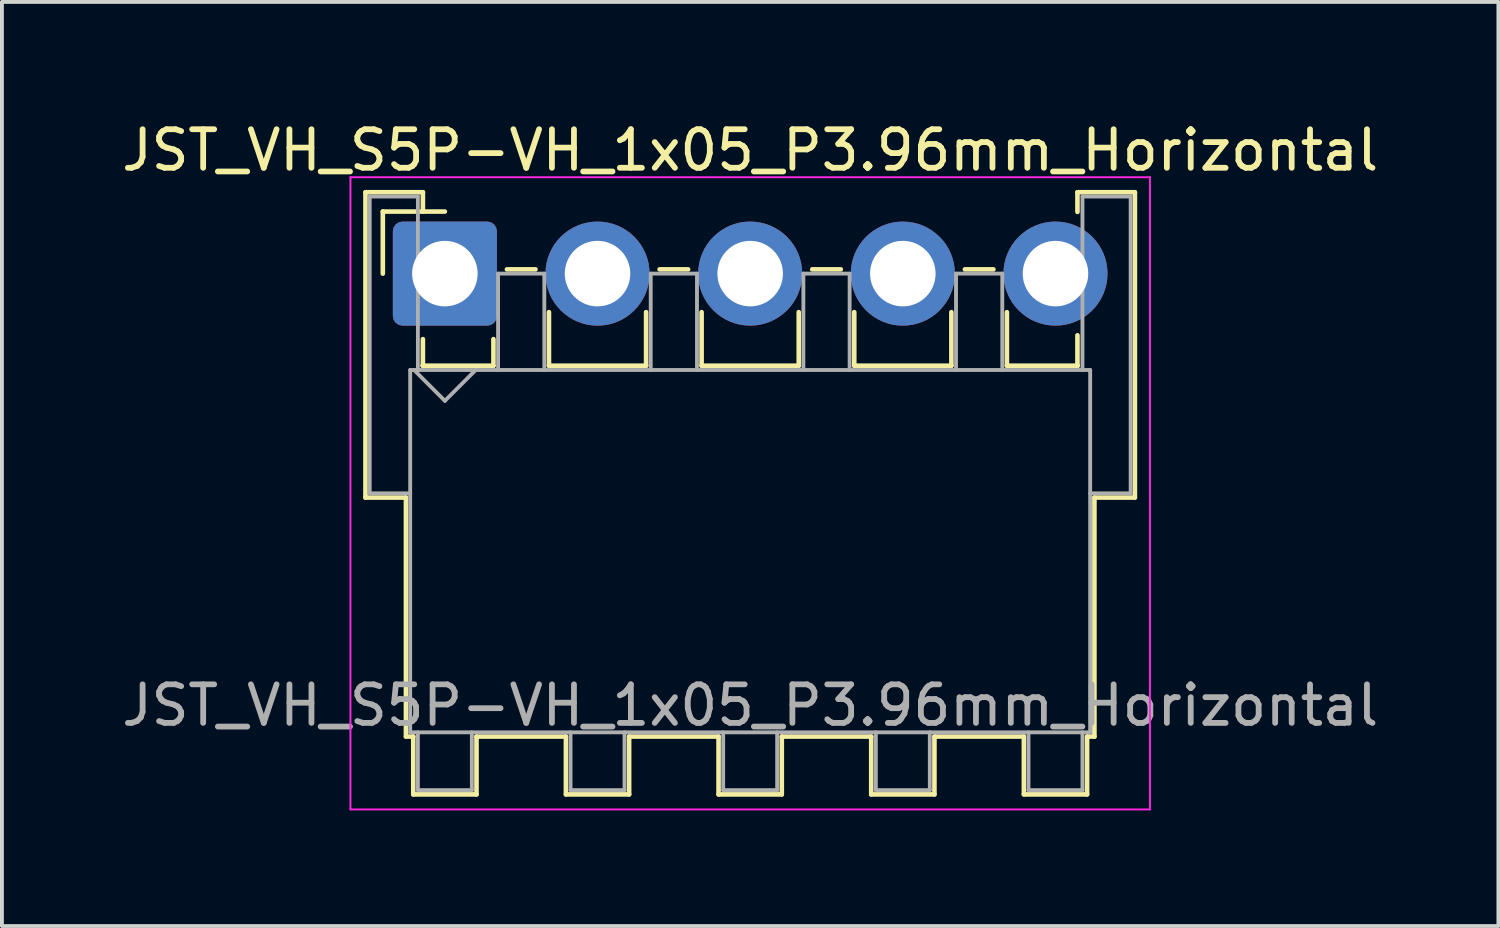
<source format=kicad_pcb>
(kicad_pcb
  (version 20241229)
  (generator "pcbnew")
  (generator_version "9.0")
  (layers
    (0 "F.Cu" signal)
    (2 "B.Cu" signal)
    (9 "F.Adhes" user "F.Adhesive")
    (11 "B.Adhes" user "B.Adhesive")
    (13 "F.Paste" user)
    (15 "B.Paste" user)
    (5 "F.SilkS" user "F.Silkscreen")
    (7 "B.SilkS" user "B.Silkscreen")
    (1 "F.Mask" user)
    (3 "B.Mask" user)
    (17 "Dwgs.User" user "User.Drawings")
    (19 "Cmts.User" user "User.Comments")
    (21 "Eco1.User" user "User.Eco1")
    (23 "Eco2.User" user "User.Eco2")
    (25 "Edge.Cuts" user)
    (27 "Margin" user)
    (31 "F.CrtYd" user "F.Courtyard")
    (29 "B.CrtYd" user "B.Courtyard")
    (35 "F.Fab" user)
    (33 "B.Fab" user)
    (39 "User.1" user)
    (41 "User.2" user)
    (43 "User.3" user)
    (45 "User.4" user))
  (footprint "JST_VH_S5P-VH_1x05_P3.96mm_Horizontal"
    (layer "F.Cu")
    (at 8.491 4.048)
    (property "Reference" "JST_VH_S5P-VH_1x05_P3.96mm_Horizontal" (at 7.92 -3.2 0) (layer "F.SilkS") (effects (font (size 1 1) (thickness 0.15))))
    (attr through_hole)
    (fp_line (start -2.06 -2.11) (end -0.57 -2.11) (stroke (width 0.12) (type solid)) (layer "F.SilkS"))
    (fp_line (start -2.06 5.81) (end -2.06 -2.11) (stroke (width 0.12) (type solid)) (layer "F.SilkS"))
    (fp_line (start -1.61 -1.61) (end -1.61 0) (stroke (width 0.12) (type solid)) (layer "F.SilkS"))
    (fp_line (start -1.01 5.81) (end -2.06 5.81) (stroke (width 0.12) (type solid)) (layer "F.SilkS"))
    (fp_line (start -1.01 5.81) (end -1.01 12.01) (stroke (width 0.12) (type solid)) (layer "F.SilkS"))
    (fp_line (start -1.01 12.01) (end -0.82 12.01) (stroke (width 0.12) (type solid)) (layer "F.SilkS"))
    (fp_line (start -0.82 12.01) (end -0.82 13.51) (stroke (width 0.12) (type solid)) (layer "F.SilkS"))
    (fp_line (start -0.82 13.51) (end 0.82 13.51) (stroke (width 0.12) (type solid)) (layer "F.SilkS"))
    (fp_line (start -0.58 2.39) (end 1.26 2.39) (stroke (width 0.12) (type solid)) (layer "F.SilkS"))
    (fp_line (start -0.57 -2.11) (end -0.57 -1.61) (stroke (width 0.12) (type solid)) (layer "F.SilkS"))
    (fp_line (start -0.57 1.7) (end -0.57 2.39) (stroke (width 0.12) (type solid)) (layer "F.SilkS"))
    (fp_line (start 0 -1.61) (end -1.61 -1.61) (stroke (width 0.12) (type solid)) (layer "F.SilkS"))
    (fp_line (start 0.82 12.01) (end 3.14 12.01) (stroke (width 0.12) (type solid)) (layer "F.SilkS"))
    (fp_line (start 0.82 13.51) (end 0.82 12.01) (stroke (width 0.12) (type solid)) (layer "F.SilkS"))
    (fp_line (start 1.26 2.39) (end 1.26 1.7) (stroke (width 0.12) (type solid)) (layer "F.SilkS"))
    (fp_line (start 1.61 -0.11) (end 2.35 -0.11) (stroke (width 0.12) (type solid)) (layer "F.SilkS"))
    (fp_line (start 2.7 1) (end 2.7 2.39) (stroke (width 0.12) (type solid)) (layer "F.SilkS"))
    (fp_line (start 2.7 2.39) (end 5.22 2.39) (stroke (width 0.12) (type solid)) (layer "F.SilkS"))
    (fp_line (start 3.14 12.01) (end 3.14 13.51) (stroke (width 0.12) (type solid)) (layer "F.SilkS"))
    (fp_line (start 3.14 13.51) (end 4.78 13.51) (stroke (width 0.12) (type solid)) (layer "F.SilkS"))
    (fp_line (start 4.78 12.01) (end 7.1 12.01) (stroke (width 0.12) (type solid)) (layer "F.SilkS"))
    (fp_line (start 4.78 13.51) (end 4.78 12.01) (stroke (width 0.12) (type solid)) (layer "F.SilkS"))
    (fp_line (start 5.22 2.39) (end 5.22 1) (stroke (width 0.12) (type solid)) (layer "F.SilkS"))
    (fp_line (start 5.57 -0.11) (end 6.31 -0.11) (stroke (width 0.12) (type solid)) (layer "F.SilkS"))
    (fp_line (start 6.66 1) (end 6.66 2.39) (stroke (width 0.12) (type solid)) (layer "F.SilkS"))
    (fp_line (start 6.66 2.39) (end 9.18 2.39) (stroke (width 0.12) (type solid)) (layer "F.SilkS"))
    (fp_line (start 7.1 12.01) (end 7.1 13.51) (stroke (width 0.12) (type solid)) (layer "F.SilkS"))
    (fp_line (start 7.1 13.51) (end 8.74 13.51) (stroke (width 0.12) (type solid)) (layer "F.SilkS"))
    (fp_line (start 8.74 12.01) (end 11.06 12.01) (stroke (width 0.12) (type solid)) (layer "F.SilkS"))
    (fp_line (start 8.74 13.51) (end 8.74 12.01) (stroke (width 0.12) (type solid)) (layer "F.SilkS"))
    (fp_line (start 9.18 2.39) (end 9.18 1) (stroke (width 0.12) (type solid)) (layer "F.SilkS"))
    (fp_line (start 9.53 -0.11) (end 10.27 -0.11) (stroke (width 0.12) (type solid)) (layer "F.SilkS"))
    (fp_line (start 10.62 1) (end 10.62 2.39) (stroke (width 0.12) (type solid)) (layer "F.SilkS"))
    (fp_line (start 10.62 2.39) (end 13.14 2.39) (stroke (width 0.12) (type solid)) (layer "F.SilkS"))
    (fp_line (start 11.06 12.01) (end 11.06 13.51) (stroke (width 0.12) (type solid)) (layer "F.SilkS"))
    (fp_line (start 11.06 13.51) (end 12.7 13.51) (stroke (width 0.12) (type solid)) (layer "F.SilkS"))
    (fp_line (start 12.7 12.01) (end 15.02 12.01) (stroke (width 0.12) (type solid)) (layer "F.SilkS"))
    (fp_line (start 12.7 13.51) (end 12.7 12.01) (stroke (width 0.12) (type solid)) (layer "F.SilkS"))
    (fp_line (start 13.14 2.39) (end 13.14 1) (stroke (width 0.12) (type solid)) (layer "F.SilkS"))
    (fp_line (start 13.49 -0.11) (end 14.23 -0.11) (stroke (width 0.12) (type solid)) (layer "F.SilkS"))
    (fp_line (start 14.58 1) (end 14.58 2.39) (stroke (width 0.12) (type solid)) (layer "F.SilkS"))
    (fp_line (start 14.58 2.39) (end 16.42 2.39) (stroke (width 0.12) (type solid)) (layer "F.SilkS"))
    (fp_line (start 15.02 12.01) (end 15.02 13.51) (stroke (width 0.12) (type solid)) (layer "F.SilkS"))
    (fp_line (start 15.02 13.51) (end 16.66 13.51) (stroke (width 0.12) (type solid)) (layer "F.SilkS"))
    (fp_line (start 16.41 -2.11) (end 17.9 -2.11) (stroke (width 0.12) (type solid)) (layer "F.SilkS"))
    (fp_line (start 16.41 -1.6) (end 16.41 -2.11) (stroke (width 0.12) (type solid)) (layer "F.SilkS"))
    (fp_line (start 16.41 2.39) (end 16.41 1.6) (stroke (width 0.12) (type solid)) (layer "F.SilkS"))
    (fp_line (start 16.66 12.01) (end 16.85 12.01) (stroke (width 0.12) (type solid)) (layer "F.SilkS"))
    (fp_line (start 16.66 13.51) (end 16.66 12.01) (stroke (width 0.12) (type solid)) (layer "F.SilkS"))
    (fp_line (start 16.85 12.01) (end 16.85 5.81) (stroke (width 0.12) (type solid)) (layer "F.SilkS"))
    (fp_line (start 17.9 -2.11) (end 17.9 5.81) (stroke (width 0.12) (type solid)) (layer "F.SilkS"))
    (fp_line (start 17.9 5.81) (end 16.85 5.81) (stroke (width 0.12) (type solid)) (layer "F.SilkS"))
    (fp_line (start -2.45 -2.5) (end -2.45 13.9) (stroke (width 0.05) (type solid)) (layer "F.CrtYd"))
    (fp_line (start -2.45 13.9) (end 18.29 13.9) (stroke (width 0.05) (type solid)) (layer "F.CrtYd"))
    (fp_line (start 18.29 -2.5) (end -2.45 -2.5) (stroke (width 0.05) (type solid)) (layer "F.CrtYd"))
    (fp_line (start 18.29 13.9) (end 18.29 -2.5) (stroke (width 0.05) (type solid)) (layer "F.CrtYd"))
    (fp_line (start -1.95 -2) (end -0.7 -2) (stroke (width 0.1) (type solid)) (layer "F.Fab"))
    (fp_line (start -1.95 5.7) (end -1.95 -2) (stroke (width 0.1) (type solid)) (layer "F.Fab"))
    (fp_line (start -0.9 2.5) (end -0.9 11.9) (stroke (width 0.1) (type solid)) (layer "F.Fab"))
    (fp_line (start -0.9 5.7) (end -1.95 5.7) (stroke (width 0.1) (type solid)) (layer "F.Fab"))
    (fp_line (start -0.9 11.9) (end 16.74 11.9) (stroke (width 0.1) (type solid)) (layer "F.Fab"))
    (fp_line (start -0.8 2.5) (end 0 3.3) (stroke (width 0.1) (type solid)) (layer "F.Fab"))
    (fp_line (start -0.7 -2) (end -0.7 2.5) (stroke (width 0.1) (type solid)) (layer "F.Fab"))
    (fp_line (start -0.7 11.9) (end -0.7 13.4) (stroke (width 0.1) (type solid)) (layer "F.Fab"))
    (fp_line (start -0.7 13.4) (end 0.7 13.4) (stroke (width 0.1) (type solid)) (layer "F.Fab"))
    (fp_line (start 0 3.3) (end 0.8 2.5) (stroke (width 0.1) (type solid)) (layer "F.Fab"))
    (fp_line (start 0.7 13.4) (end 0.7 11.9) (stroke (width 0.1) (type solid)) (layer "F.Fab"))
    (fp_line (start 1.38 0) (end 2.58 0) (stroke (width 0.1) (type solid)) (layer "F.Fab"))
    (fp_line (start 1.38 2.5) (end 1.38 0) (stroke (width 0.1) (type solid)) (layer "F.Fab"))
    (fp_line (start 2.58 0) (end 2.58 2.5) (stroke (width 0.1) (type solid)) (layer "F.Fab"))
    (fp_line (start 3.26 11.9) (end 3.26 13.4) (stroke (width 0.1) (type solid)) (layer "F.Fab"))
    (fp_line (start 3.26 13.4) (end 4.66 13.4) (stroke (width 0.1) (type solid)) (layer "F.Fab"))
    (fp_line (start 4.66 13.4) (end 4.66 11.9) (stroke (width 0.1) (type solid)) (layer "F.Fab"))
    (fp_line (start 5.34 0) (end 6.54 0) (stroke (width 0.1) (type solid)) (layer "F.Fab"))
    (fp_line (start 5.34 2.5) (end 5.34 0) (stroke (width 0.1) (type solid)) (layer "F.Fab"))
    (fp_line (start 6.54 0) (end 6.54 2.5) (stroke (width 0.1) (type solid)) (layer "F.Fab"))
    (fp_line (start 7.22 11.9) (end 7.22 13.4) (stroke (width 0.1) (type solid)) (layer "F.Fab"))
    (fp_line (start 7.22 13.4) (end 8.62 13.4) (stroke (width 0.1) (type solid)) (layer "F.Fab"))
    (fp_line (start 8.62 13.4) (end 8.62 11.9) (stroke (width 0.1) (type solid)) (layer "F.Fab"))
    (fp_line (start 9.3 0) (end 10.5 0) (stroke (width 0.1) (type solid)) (layer "F.Fab"))
    (fp_line (start 9.3 2.5) (end 9.3 0) (stroke (width 0.1) (type solid)) (layer "F.Fab"))
    (fp_line (start 10.5 0) (end 10.5 2.5) (stroke (width 0.1) (type solid)) (layer "F.Fab"))
    (fp_line (start 11.18 11.9) (end 11.18 13.4) (stroke (width 0.1) (type solid)) (layer "F.Fab"))
    (fp_line (start 11.18 13.4) (end 12.58 13.4) (stroke (width 0.1) (type solid)) (layer "F.Fab"))
    (fp_line (start 12.58 13.4) (end 12.58 11.9) (stroke (width 0.1) (type solid)) (layer "F.Fab"))
    (fp_line (start 13.26 0) (end 14.46 0) (stroke (width 0.1) (type solid)) (layer "F.Fab"))
    (fp_line (start 13.26 2.5) (end 13.26 0) (stroke (width 0.1) (type solid)) (layer "F.Fab"))
    (fp_line (start 14.46 0) (end 14.46 2.5) (stroke (width 0.1) (type solid)) (layer "F.Fab"))
    (fp_line (start 15.14 11.9) (end 15.14 13.4) (stroke (width 0.1) (type solid)) (layer "F.Fab"))
    (fp_line (start 15.14 13.4) (end 16.54 13.4) (stroke (width 0.1) (type solid)) (layer "F.Fab"))
    (fp_line (start 16.54 -2) (end 17.79 -2) (stroke (width 0.1) (type solid)) (layer "F.Fab"))
    (fp_line (start 16.54 2.5) (end 16.54 -2) (stroke (width 0.1) (type solid)) (layer "F.Fab"))
    (fp_line (start 16.54 13.4) (end 16.54 11.9) (stroke (width 0.1) (type solid)) (layer "F.Fab"))
    (fp_line (start 16.74 2.5) (end -0.9 2.5) (stroke (width 0.1) (type solid)) (layer "F.Fab"))
    (fp_line (start 16.74 11.9) (end 16.74 2.5) (stroke (width 0.1) (type solid)) (layer "F.Fab"))
    (fp_line (start 17.79 -2) (end 17.79 5.7) (stroke (width 0.1) (type solid)) (layer "F.Fab"))
    (fp_line (start 17.79 5.7) (end 16.74 5.7) (stroke (width 0.1) (type solid)) (layer "F.Fab"))
    (fp_text user "${REFERENCE}" (at 7.92 11.2 0) (layer "F.Fab") (effects (font (size 1 1) (thickness 0.15))))
    (pad "1" thru_hole roundrect (at 0 0) (size 2.7 2.7) (drill 1.7) (layers "*.Cu" "*.Mask") (roundrect_rratio 0.093))
    (pad "2" thru_hole circle (at 3.96 0) (size 2.7 2.7) (drill 1.7) (layers "*.Cu" "*.Mask"))
    (pad "3" thru_hole circle (at 7.92 0) (size 2.7 2.7) (drill 1.7) (layers "*.Cu" "*.Mask"))
    (pad "4" thru_hole circle (at 11.88 0) (size 2.7 2.7) (drill 1.7) (layers "*.Cu" "*.Mask"))
    (pad "5" thru_hole circle (at 15.84 0) (size 2.7 2.7) (drill 1.7) (layers "*.Cu" "*.Mask")))
  (gr_rect
    (start -3 -3)
    (end 35.821 20.973)
    (stroke (width 0.1) (type default))
    (fill no)
    (layer "Edge.Cuts")))
</source>
